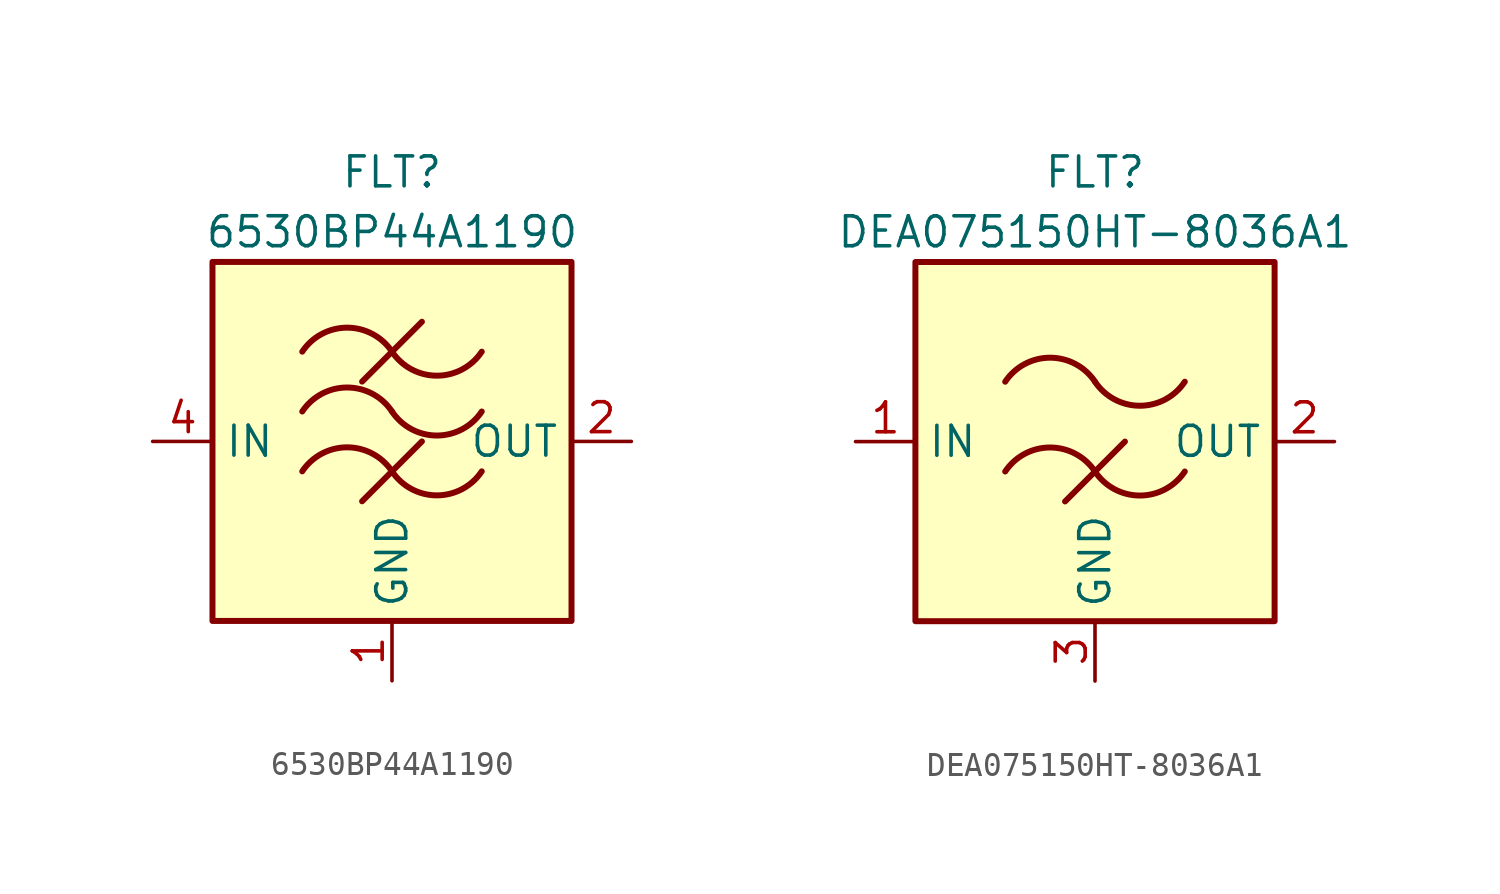
<source format=kicad_sym>
(kicad_symbol_lib
  (version 20211014)
  (generator kicad_symbol_editor)
  (symbol "6530BP44A1190"
    (property "Reference" "FLT"
      (at 0 3.81 0)
      (effects (font (size 1.27 1.27))))
    (property "Value" "6530BP44A1190"
      (at 0 1.27 0)
      (effects (font (size 1.27 1.27))))
    (symbol "6530BP44A1190_0_1"
      (rectangle (start -7.62 0) (end 7.62 -15.24) (stroke (width 0.254) (type default) (color 0 0 0 0)) (fill (type background)))
      (arc (start 0 -8.89) (mid -1.905 -7.8705) (end -3.81 -8.89) (stroke (width 0.254) (type default) (color 0 0 0 0)) (fill (type none)))
      (arc (start 0 -8.89) (mid 1.905 -9.9095) (end 3.81 -8.89) (stroke (width 0.254) (type default) (color 0 0 0 0)) (fill (type none)))
      (arc (start 0 -6.35) (mid -1.905 -5.3305) (end -3.81 -6.35) (stroke (width 0.254) (type default) (color 0 0 0 0)) (fill (type none)))
      (arc (start 0 -6.35) (mid 1.905 -7.3695) (end 3.81 -6.35) (stroke (width 0.254) (type default) (color 0 0 0 0)) (fill (type none)))
      (arc (start 0 -3.81) (mid -1.905 -2.7905) (end -3.81 -3.81) (stroke (width 0.254) (type default) (color 0 0 0 0)) (fill (type none)))
      (arc (start 0 -3.81) (mid 1.905 -4.8295) (end 3.81 -3.81) (stroke (width 0.254) (type default) (color 0 0 0 0)) (fill (type none)))
      (polyline (pts (xy -1.27 -10.16) (xy 1.27 -7.62)) (stroke (width 0.254) (type default) (color 0 0 0 0)) (fill (type none)))
      (polyline (pts (xy -1.27 -5.08) (xy 1.27 -2.54)) (stroke (width 0.254) (type default) (color 0 0 0 0)) (fill (type none))))
    (symbol "6530BP44A1190_1_1"
      (pin passive line (at 0 -17.78 90) (length 2.54) (name "GND" (effects (font (size 1.27 1.27)))) (number "1" (effects (font (size 1.27 1.27)))))
      (pin passive line (at 10.16 -7.62 180) (length 2.54) (name "OUT" (effects (font (size 1.27 1.27)))) (number "2" (effects (font (size 1.27 1.27)))))
      (pin passive line (at 0 -17.78 90) (length 2.54) hide (name "GND" (effects (font (size 1.27 1.27)))) (number "3" (effects (font (size 1.27 1.27)))))
      (pin passive line (at -10.16 -7.62 0) (length 2.54) (name "IN" (effects (font (size 1.27 1.27)))) (number "4" (effects (font (size 1.27 1.27)))))))
  (symbol "DEA075150HT-8036A1"
    (property "Reference" "FLT"
      (at 0 11.43 0)
      (effects (font (size 1.27 1.27))))
    (property "Value" "DEA075150HT-8036A1"
      (at 0 8.89 0)
      (effects (font (size 1.27 1.27))))
    (symbol "DEA075150HT-8036A1_0_1"
      (rectangle (start -7.62 7.62) (end 7.62 -7.62) (stroke (width 0.254) (type default) (color 0 0 0 0)) (fill (type background)))
      (arc (start 0 -1.27) (mid -1.905 -0.2505) (end -3.81 -1.27) (stroke (width 0.254) (type default) (color 0 0 0 0)) (fill (type none)))
      (arc (start 0 -1.27) (mid 1.905 -2.2895) (end 3.81 -1.27) (stroke (width 0.254) (type default) (color 0 0 0 0)) (fill (type none)))
      (polyline (pts (xy -1.27 -2.54) (xy 1.27 0)) (stroke (width 0.254) (type default) (color 0 0 0 0)) (fill (type none)))
      (arc (start 0 2.54) (mid -1.905 3.5595) (end -3.81 2.54) (stroke (width 0.254) (type default) (color 0 0 0 0)) (fill (type none)))
      (arc (start 0 2.54) (mid 1.905 1.5205) (end 3.81 2.54) (stroke (width 0.254) (type default) (color 0 0 0 0)) (fill (type none))))
    (symbol "DEA075150HT-8036A1_1_1"
      (pin passive line (at -10.16 0 0) (length 2.54) (name "IN" (effects (font (size 1.27 1.27)))) (number "1" (effects (font (size 1.27 1.27)))))
      (pin passive line (at 10.16 0 180) (length 2.54) (name "OUT" (effects (font (size 1.27 1.27)))) (number "2" (effects (font (size 1.27 1.27)))))
      (pin passive line (at 0 -10.16 90) (length 2.54) (name "GND" (effects (font (size 1.27 1.27)))) (number "3" (effects (font (size 1.27 1.27)))))
      (pin passive line (at 0 -10.16 90) (length 2.54) hide (name "GND" (effects (font (size 1.27 1.27)))) (number "4" (effects (font (size 1.27 1.27))))))))
</source>
